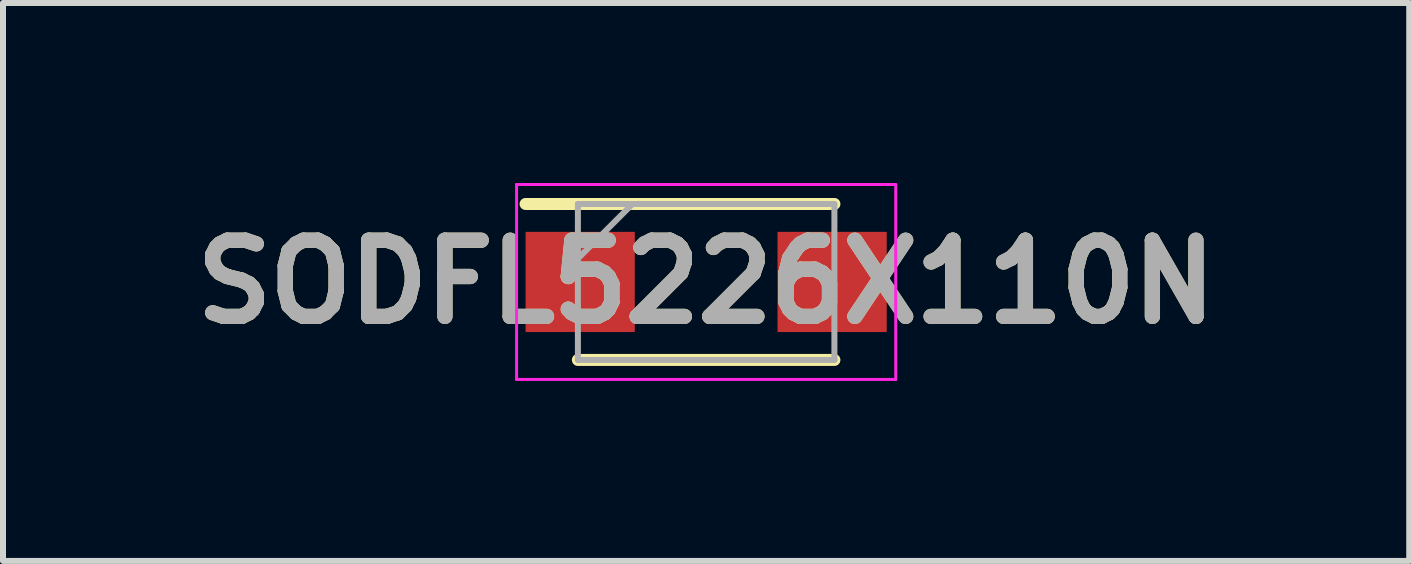
<source format=kicad_pcb>
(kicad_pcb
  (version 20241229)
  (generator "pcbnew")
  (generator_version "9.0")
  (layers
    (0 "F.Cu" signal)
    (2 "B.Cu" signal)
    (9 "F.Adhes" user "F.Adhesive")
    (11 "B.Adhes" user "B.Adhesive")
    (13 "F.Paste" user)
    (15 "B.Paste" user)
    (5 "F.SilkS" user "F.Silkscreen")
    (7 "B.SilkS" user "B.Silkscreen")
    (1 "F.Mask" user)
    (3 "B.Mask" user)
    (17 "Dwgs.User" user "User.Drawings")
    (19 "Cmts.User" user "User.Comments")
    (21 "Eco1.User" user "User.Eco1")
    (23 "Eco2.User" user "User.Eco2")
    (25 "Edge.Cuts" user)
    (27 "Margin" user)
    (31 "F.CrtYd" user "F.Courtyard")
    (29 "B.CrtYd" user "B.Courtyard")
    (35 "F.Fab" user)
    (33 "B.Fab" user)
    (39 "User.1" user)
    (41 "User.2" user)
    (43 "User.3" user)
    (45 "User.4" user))
  (footprint "SODFL5226X110N"
    (layer "F.Cu")
    (at 8.721 1.65)
    (property "Reference" "SODFL5226X110N" (at 0 0 0) (layer "F.SilkS") (effects (font (size 1.27 1.27) (thickness 0.254))))
    (attr smd)
    (fp_line (start -3.01 -1.3) (end 2.138 -1.3) (stroke (width 0.2) (type solid)) (layer "F.SilkS"))
    (fp_line (start -2.138 1.3) (end 2.138 1.3) (stroke (width 0.2) (type solid)) (layer "F.SilkS"))
    (fp_line (start -3.16 -1.625) (end 3.16 -1.625) (stroke (width 0.05) (type solid)) (layer "F.CrtYd"))
    (fp_line (start -3.16 1.625) (end -3.16 -1.625) (stroke (width 0.05) (type solid)) (layer "F.CrtYd"))
    (fp_line (start 3.16 -1.625) (end 3.16 1.625) (stroke (width 0.05) (type solid)) (layer "F.CrtYd"))
    (fp_line (start 3.16 1.625) (end -3.16 1.625) (stroke (width 0.05) (type solid)) (layer "F.CrtYd"))
    (fp_line (start -2.138 -1.3) (end 2.138 -1.3) (stroke (width 0.1) (type solid)) (layer "F.Fab"))
    (fp_line (start -2.138 -0.39) (end -1.228 -1.3) (stroke (width 0.1) (type solid)) (layer "F.Fab"))
    (fp_line (start -2.138 1.3) (end -2.138 -1.3) (stroke (width 0.1) (type solid)) (layer "F.Fab"))
    (fp_line (start 2.138 -1.3) (end 2.138 1.3) (stroke (width 0.1) (type solid)) (layer "F.Fab"))
    (fp_line (start 2.138 1.3) (end -2.138 1.3) (stroke (width 0.1) (type solid)) (layer "F.Fab"))
    (fp_text user "${REFERENCE}" (at 0 0 0) (layer "F.Fab") (effects (font (size 1.27 1.27) (thickness 0.254))))
    (pad "1" smd rect (at -2.1 0 90) (size 1.67 1.82) (layers "F.Cu" "F.Mask" "F.Paste"))
    (pad "2" smd rect (at 2.1 0 90) (size 1.67 1.82) (layers "F.Cu" "F.Mask" "F.Paste")))
  (gr_rect
    (start -3 -3)
    (end 20.441 6.3)
    (stroke (width 0.1) (type default))
    (fill no)
    (layer "Edge.Cuts")))
</source>
